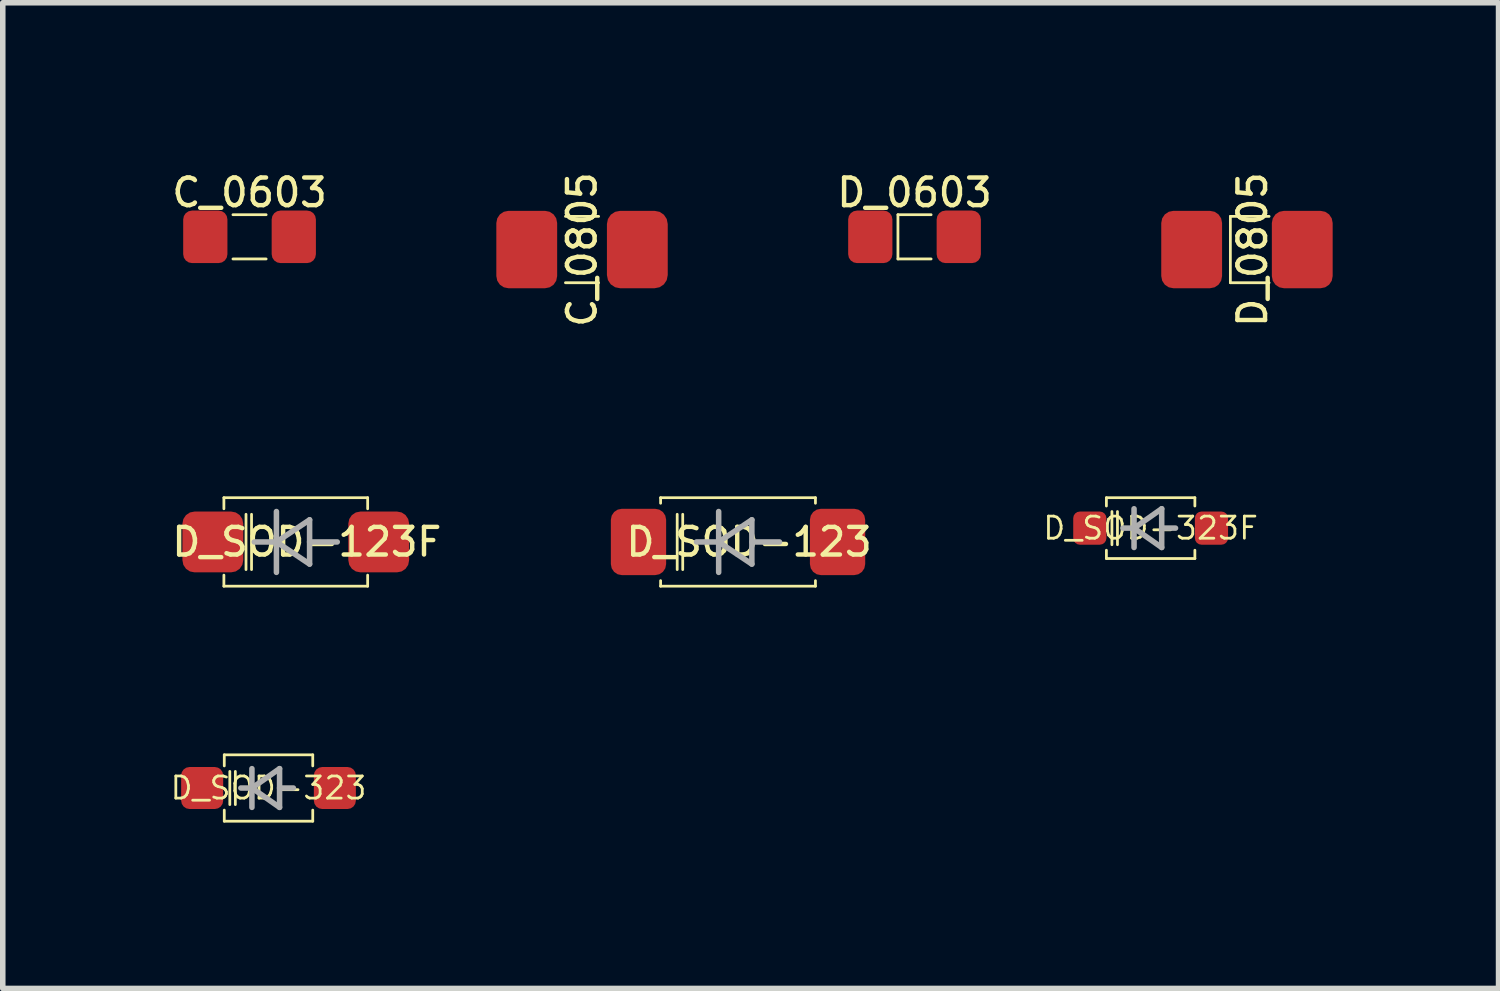
<source format=kicad_pcb>
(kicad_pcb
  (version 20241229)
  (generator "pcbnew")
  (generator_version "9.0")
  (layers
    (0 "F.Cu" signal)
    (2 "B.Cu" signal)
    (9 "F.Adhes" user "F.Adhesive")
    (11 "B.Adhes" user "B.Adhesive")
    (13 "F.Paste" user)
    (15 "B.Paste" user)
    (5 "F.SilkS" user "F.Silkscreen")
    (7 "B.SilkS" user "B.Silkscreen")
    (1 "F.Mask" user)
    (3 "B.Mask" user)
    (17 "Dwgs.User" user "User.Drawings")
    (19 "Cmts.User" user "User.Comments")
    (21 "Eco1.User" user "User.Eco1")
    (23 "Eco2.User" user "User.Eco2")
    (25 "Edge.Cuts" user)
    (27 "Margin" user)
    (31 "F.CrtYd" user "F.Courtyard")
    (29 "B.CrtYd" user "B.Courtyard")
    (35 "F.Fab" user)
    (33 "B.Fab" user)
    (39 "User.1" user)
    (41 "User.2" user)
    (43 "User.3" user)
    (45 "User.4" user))
  (footprint "D_0805"
    (layer "F.Cu")
    (at 19.501 1.463)
    (property "Reference" "D_0805" (at 0.1 0 270) (layer "F.SilkS") (effects (font (size 0.5 0.5) (thickness 0.08))))
    (attr smd)
    (fp_line (start -0.3 -0.6) (end -0.3 0.6) (stroke (width 0.05) (type solid)) (layer "F.SilkS"))
    (fp_line (start -0.3 0.6) (end 0.4 0.6) (stroke (width 0.05) (type solid)) (layer "F.SilkS"))
    (fp_line (start 0.4 -0.6) (end -0.3 -0.6) (stroke (width 0.05) (type solid)) (layer "F.SilkS"))
    (pad "1" smd roundrect (at -1 0) (size 1.1 1.4) (layers "F.Cu" "F.Mask" "F.Paste") (roundrect_rratio 0.2))
    (pad "2" smd roundrect (at 1 0) (size 1.1 1.4) (layers "F.Cu" "F.Mask" "F.Paste") (roundrect_rratio 0.2)))
  (footprint "C_0805"
    (layer "F.Cu")
    (at 7.476 1.463)
    (property "Reference" "C_0805" (at 0 0 90) (layer "F.SilkS") (effects (font (size 0.5 0.5) (thickness 0.08))))
    (attr smd)
    (fp_line (start -0.3 -0.6) (end 0.3 -0.6) (stroke (width 0.05) (type solid)) (layer "F.SilkS"))
    (fp_line (start -0.3 0.6) (end 0.3 0.6) (stroke (width 0.05) (type solid)) (layer "F.SilkS"))
    (pad "1" smd roundrect (at -1 0) (size 1.1 1.4) (layers "F.Cu" "F.Mask" "F.Paste") (roundrect_rratio 0.2))
    (pad "2" smd roundrect (at 1 0) (size 1.1 1.4) (layers "F.Cu" "F.Mask" "F.Paste") (roundrect_rratio 0.217)))
  (footprint "D_SOD-123"
    (layer "F.Cu")
    (at 10.297 6.751)
    (property "Reference" "D_SOD-123" (at 0.2 0 0) (layer "F.SilkS") (effects (font (size 0.5 0.5) (thickness 0.08))))
    (attr smd)
    (fp_line (start -1.4 -0.7) (end -1.4 -0.8) (stroke (width 0.05) (type solid)) (layer "F.SilkS"))
    (fp_line (start -1.4 0.8) (end -1.4 0.7) (stroke (width 0.05) (type solid)) (layer "F.SilkS"))
    (fp_line (start -1.1 -0.5) (end -1.1 0.5) (stroke (width 0.05) (type solid)) (layer "F.SilkS"))
    (fp_line (start -1 -0.5) (end -1 0.5) (stroke (width 0.05) (type solid)) (layer "F.SilkS"))
    (fp_line (start 1.4 -0.8) (end -1.4 -0.8) (stroke (width 0.05) (type solid)) (layer "F.SilkS"))
    (fp_line (start 1.4 -0.7) (end 1.4 -0.8) (stroke (width 0.05) (type solid)) (layer "F.SilkS"))
    (fp_line (start 1.4 0.7) (end 1.4 0.8) (stroke (width 0.05) (type solid)) (layer "F.SilkS"))
    (fp_line (start 1.4 0.8) (end -1.4 0.8) (stroke (width 0.05) (type solid)) (layer "F.SilkS"))
    (fp_line (start -0.75 0) (end -0.35 0) (stroke (width 0.1) (type solid)) (layer "F.Fab"))
    (fp_line (start -0.35 0) (end -0.35 -0.55) (stroke (width 0.1) (type solid)) (layer "F.Fab"))
    (fp_line (start -0.35 0) (end -0.35 0.55) (stroke (width 0.1) (type solid)) (layer "F.Fab"))
    (fp_line (start -0.35 0) (end 0.25 -0.4) (stroke (width 0.1) (type solid)) (layer "F.Fab"))
    (fp_line (start 0.25 -0.4) (end 0.25 0.4) (stroke (width 0.1) (type solid)) (layer "F.Fab"))
    (fp_line (start 0.25 0) (end 0.75 0) (stroke (width 0.1) (type solid)) (layer "F.Fab"))
    (fp_line (start 0.25 0.4) (end -0.35 0) (stroke (width 0.1) (type solid)) (layer "F.Fab"))
    (pad "1" smd roundrect (at -1.8 0) (size 1 1.2) (layers "F.Cu" "F.Mask" "F.Paste") (roundrect_rratio 0.2))
    (pad "2" smd roundrect (at 1.8 0) (size 1 1.2) (layers "F.Cu" "F.Mask" "F.Paste") (roundrect_rratio 0.2)))
  (footprint "C_0603"
    (layer "F.Cu")
    (at 1.463 1.233)
    (property "Reference" "C_0603" (at 0 -0.8 180) (layer "F.SilkS") (effects (font (size 0.5 0.5) (thickness 0.08))))
    (attr smd)
    (fp_line (start -0.3 -0.4) (end 0.3 -0.4) (stroke (width 0.05) (type solid)) (layer "F.SilkS"))
    (fp_line (start -0.3 0.4) (end 0.3 0.4) (stroke (width 0.05) (type solid)) (layer "F.SilkS"))
    (pad "1" smd roundrect (at -0.8 0) (size 0.8 0.95) (layers "F.Cu" "F.Mask" "F.Paste") (roundrect_rratio 0.2))
    (pad "2" smd roundrect (at 0.8 0) (size 0.8 0.95) (layers "F.Cu" "F.Mask" "F.Paste") (roundrect_rratio 0.2)))
  (footprint "D_SOD-323F"
    (layer "F.Cu")
    (at 17.759 6.501)
    (property "Reference" "D_SOD-323F" (at 0 0 180) (layer "F.SilkS") (effects (font (size 0.4 0.4) (thickness 0.05))))
    (attr smd)
    (fp_line (start -0.8 -0.55) (end 0.8 -0.55) (stroke (width 0.05) (type solid)) (layer "F.SilkS"))
    (fp_line (start -0.8 -0.4) (end -0.8 -0.55) (stroke (width 0.05) (type solid)) (layer "F.SilkS"))
    (fp_line (start -0.8 0.55) (end -0.8 0.4) (stroke (width 0.05) (type solid)) (layer "F.SilkS"))
    (fp_line (start -0.7 0.3) (end -0.7 -0.3) (stroke (width 0.05) (type solid)) (layer "F.SilkS"))
    (fp_line (start -0.6 0.3) (end -0.6 -0.3) (stroke (width 0.05) (type solid)) (layer "F.SilkS"))
    (fp_line (start 0.8 -0.55) (end 0.8 -0.4) (stroke (width 0.05) (type solid)) (layer "F.SilkS"))
    (fp_line (start 0.8 0.55) (end -0.8 0.55) (stroke (width 0.05) (type solid)) (layer "F.SilkS"))
    (fp_line (start 0.8 0.55) (end 0.8 0.4) (stroke (width 0.05) (type solid)) (layer "F.SilkS"))
    (fp_line (start -0.3 -0.35) (end -0.3 0.35) (stroke (width 0.1) (type solid)) (layer "F.Fab"))
    (fp_line (start -0.3 0) (end -0.5 0) (stroke (width 0.1) (type solid)) (layer "F.Fab"))
    (fp_line (start -0.3 0) (end 0.2 -0.35) (stroke (width 0.1) (type solid)) (layer "F.Fab"))
    (fp_line (start 0.2 -0.35) (end 0.2 0.35) (stroke (width 0.1) (type solid)) (layer "F.Fab"))
    (fp_line (start 0.2 0) (end 0.45 0) (stroke (width 0.1) (type solid)) (layer "F.Fab"))
    (fp_line (start 0.2 0.35) (end -0.3 0) (stroke (width 0.1) (type solid)) (layer "F.Fab"))
    (pad "1" smd roundrect (at -1.1 0) (size 0.6 0.6) (layers "F.Cu" "F.Mask" "F.Paste") (roundrect_rratio 0.2))
    (pad "2" smd roundrect (at 1.1 0) (size 0.6 0.6) (layers "F.Cu" "F.Mask" "F.Paste") (roundrect_rratio 0.2)))
  (footprint "D_0603"
    (layer "F.Cu")
    (at 13.489 1.233)
    (property "Reference" "D_0603" (at 0 -0.8 180) (layer "F.SilkS") (effects (font (size 0.5 0.5) (thickness 0.08))))
    (attr smd)
    (fp_line (start -0.3 -0.4) (end -0.3 0.4) (stroke (width 0.05) (type solid)) (layer "F.SilkS"))
    (fp_line (start -0.3 0.4) (end 0.3 0.4) (stroke (width 0.05) (type solid)) (layer "F.SilkS"))
    (fp_line (start 0.3 -0.4) (end -0.3 -0.4) (stroke (width 0.05) (type solid)) (layer "F.SilkS"))
    (pad "1" smd roundrect (at -0.8 0) (size 0.8 0.95) (layers "F.Cu" "F.Mask" "F.Paste") (roundrect_rratio 0.2))
    (pad "2" smd roundrect (at 0.8 0) (size 0.8 0.95) (layers "F.Cu" "F.Mask" "F.Paste") (roundrect_rratio 0.2)))
  (footprint "D_SOD-323"
    (layer "F.Cu")
    (at 1.806 11.201)
    (property "Reference" "D_SOD-323" (at 0 0 0) (layer "F.SilkS") (effects (font (size 0.4 0.4) (thickness 0.05))))
    (attr smd)
    (fp_line (start -0.8 -0.6) (end 0.8 -0.6) (stroke (width 0.05) (type solid)) (layer "F.SilkS"))
    (fp_line (start -0.8 -0.4) (end -0.8 -0.6) (stroke (width 0.05) (type solid)) (layer "F.SilkS"))
    (fp_line (start -0.8 0.6) (end -0.8 0.4) (stroke (width 0.05) (type solid)) (layer "F.SilkS"))
    (fp_line (start -0.7 0.3) (end -0.7 -0.3) (stroke (width 0.05) (type solid)) (layer "F.SilkS"))
    (fp_line (start -0.6 0.3) (end -0.6 -0.3) (stroke (width 0.05) (type solid)) (layer "F.SilkS"))
    (fp_line (start 0.8 -0.4) (end 0.8 -0.6) (stroke (width 0.05) (type solid)) (layer "F.SilkS"))
    (fp_line (start 0.8 0.4) (end 0.8 0.6) (stroke (width 0.05) (type solid)) (layer "F.SilkS"))
    (fp_line (start 0.8 0.6) (end -0.8 0.6) (stroke (width 0.05) (type solid)) (layer "F.SilkS"))
    (fp_line (start -0.3 -0.35) (end -0.3 0.35) (stroke (width 0.1) (type solid)) (layer "F.Fab"))
    (fp_line (start -0.3 0) (end -0.5 0) (stroke (width 0.1) (type solid)) (layer "F.Fab"))
    (fp_line (start -0.3 0) (end 0.2 -0.35) (stroke (width 0.1) (type solid)) (layer "F.Fab"))
    (fp_line (start 0.2 -0.35) (end 0.2 0.35) (stroke (width 0.1) (type solid)) (layer "F.Fab"))
    (fp_line (start 0.2 0) (end 0.45 0) (stroke (width 0.1) (type solid)) (layer "F.Fab"))
    (fp_line (start 0.2 0.35) (end -0.3 0) (stroke (width 0.1) (type solid)) (layer "F.Fab"))
    (pad "1" smd roundrect (at -1.2 0) (size 0.76 0.76) (layers "F.Cu" "F.Mask" "F.Paste") (roundrect_rratio 0.2))
    (pad "2" smd roundrect (at 1.2 0) (size 0.76 0.76) (layers "F.Cu" "F.Mask" "F.Paste") (roundrect_rratio 0.2)))
  (footprint "D_SOD-123F"
    (layer "F.Cu")
    (at 2.299 6.751)
    (property "Reference" "D_SOD-123F" (at 0.2 0 0) (layer "F.SilkS") (effects (font (size 0.5 0.5) (thickness 0.08))))
    (attr smd)
    (fp_line (start -1.3 -0.8) (end -1.3 -0.6) (stroke (width 0.05) (type solid)) (layer "F.SilkS"))
    (fp_line (start -1.3 -0.8) (end 1.3 -0.8) (stroke (width 0.05) (type solid)) (layer "F.SilkS"))
    (fp_line (start -1.3 0.8) (end -1.3 0.6) (stroke (width 0.05) (type solid)) (layer "F.SilkS"))
    (fp_line (start -1.3 0.8) (end 1.3 0.8) (stroke (width 0.05) (type solid)) (layer "F.SilkS"))
    (fp_line (start -0.9 -0.5) (end -0.9 0.5) (stroke (width 0.05) (type solid)) (layer "F.SilkS"))
    (fp_line (start -0.8 -0.5) (end -0.8 0.5) (stroke (width 0.05) (type solid)) (layer "F.SilkS"))
    (fp_line (start 1.3 -0.8) (end 1.3 -0.6) (stroke (width 0.05) (type solid)) (layer "F.SilkS"))
    (fp_line (start 1.3 0.8) (end 1.3 0.6) (stroke (width 0.05) (type solid)) (layer "F.SilkS"))
    (fp_line (start -0.75 0) (end -0.35 0) (stroke (width 0.1) (type solid)) (layer "F.Fab"))
    (fp_line (start -0.35 0) (end -0.35 -0.55) (stroke (width 0.1) (type solid)) (layer "F.Fab"))
    (fp_line (start -0.35 0) (end -0.35 0.55) (stroke (width 0.1) (type solid)) (layer "F.Fab"))
    (fp_line (start -0.35 0) (end 0.25 -0.4) (stroke (width 0.1) (type solid)) (layer "F.Fab"))
    (fp_line (start 0.25 -0.4) (end 0.25 0.4) (stroke (width 0.1) (type solid)) (layer "F.Fab"))
    (fp_line (start 0.25 0) (end 0.75 0) (stroke (width 0.1) (type solid)) (layer "F.Fab"))
    (fp_line (start 0.25 0.4) (end -0.35 0) (stroke (width 0.1) (type solid)) (layer "F.Fab"))
    (pad "1" smd roundrect (at -1.5 0) (size 1.1 1.1) (layers "F.Cu" "F.Mask" "F.Paste") (roundrect_rratio 0.2))
    (pad "2" smd roundrect (at 1.5 0) (size 1.1 1.1) (layers "F.Cu" "F.Mask" "F.Paste") (roundrect_rratio 0.2)))
  (gr_rect
    (start -3 -3)
    (end 24.051 14.826)
    (stroke (width 0.1) (type default))
    (fill no)
    (layer "Edge.Cuts")))
</source>
